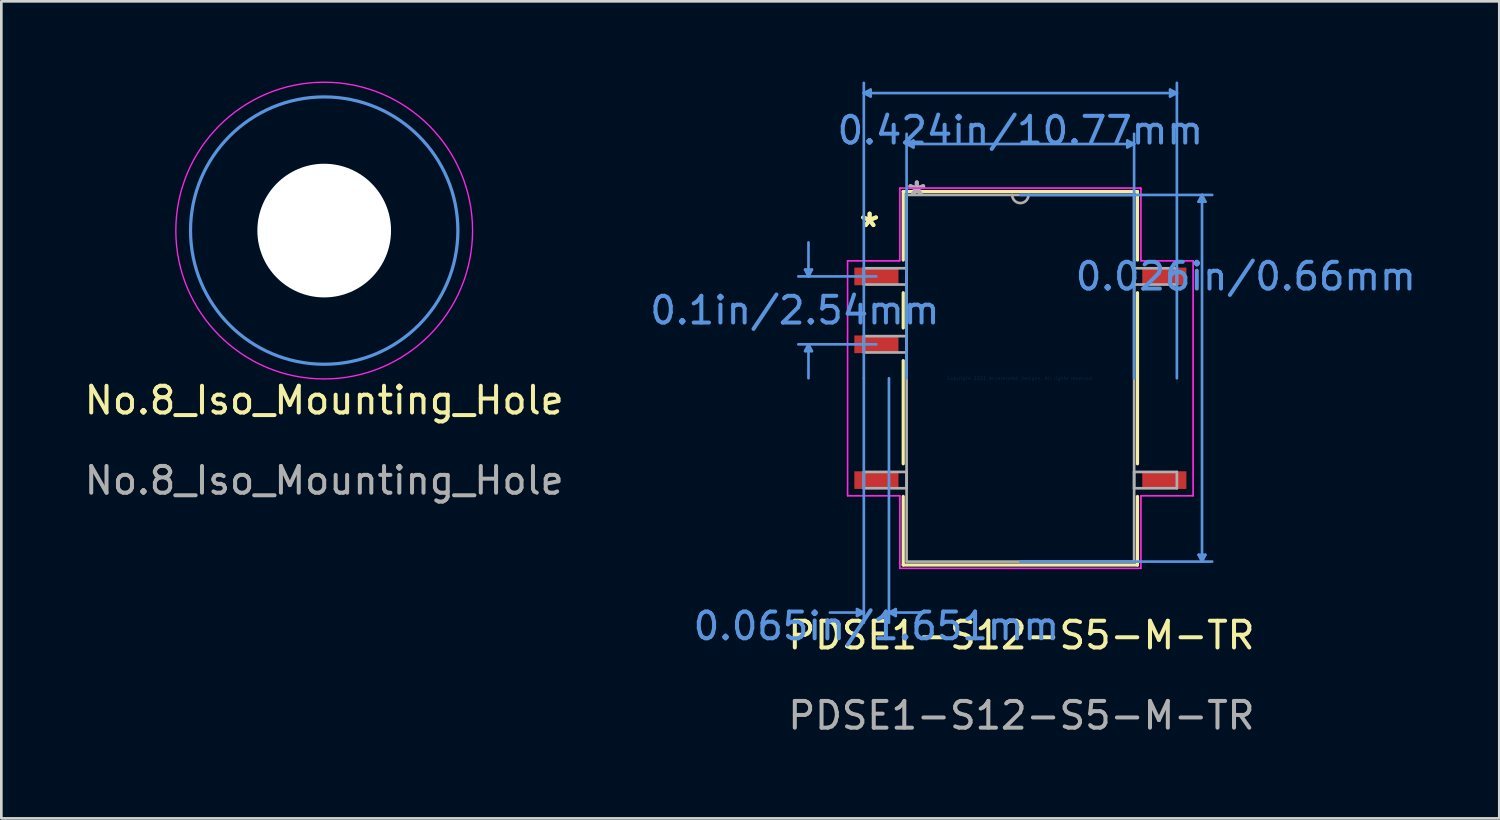
<source format=kicad_pcb>
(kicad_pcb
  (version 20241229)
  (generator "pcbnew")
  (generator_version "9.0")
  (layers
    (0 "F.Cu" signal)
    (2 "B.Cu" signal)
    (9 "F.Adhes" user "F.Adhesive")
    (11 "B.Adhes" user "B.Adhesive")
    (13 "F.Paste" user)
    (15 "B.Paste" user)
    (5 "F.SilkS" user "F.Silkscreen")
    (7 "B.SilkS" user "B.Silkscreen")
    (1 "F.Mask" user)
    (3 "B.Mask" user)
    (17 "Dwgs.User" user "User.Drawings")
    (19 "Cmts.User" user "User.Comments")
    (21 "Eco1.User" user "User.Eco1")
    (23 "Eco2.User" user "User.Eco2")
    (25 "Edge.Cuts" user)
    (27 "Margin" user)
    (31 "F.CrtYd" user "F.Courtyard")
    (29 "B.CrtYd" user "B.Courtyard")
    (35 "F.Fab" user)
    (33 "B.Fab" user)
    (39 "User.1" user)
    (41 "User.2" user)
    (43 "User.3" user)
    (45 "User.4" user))
  (footprint "No.8_Iso_Mounting_Hole"
    (layer "F.Cu")
    (at 9.077 5.575)
    (property "Reference" "No.8_Iso_Mounting_Hole" (at 0 6.35 0) (unlocked yes) (layer "F.SilkS") (effects (font (size 1 1) (thickness 0.15))))
    (attr through_hole)
    (fp_circle (center 0 0) (end 5 0) (stroke (width 0.12) (type default)) (fill no) (layer "Cmts.User"))
    (fp_circle (center 0 0) (end 5.55 0) (stroke (width 0.05) (type solid)) (fill no) (layer "F.CrtYd"))
    (fp_text user "${REFERENCE}" (at 0 9.35 0) (unlocked yes) (layer "F.Fab") (effects (font (size 1 1) (thickness 0.15))))
    (pad "" np_thru_hole circle (at 0 0) (size 5 5) (drill 5) (layers "*.Cu" "*.Mask")))
  (footprint "PDSE1-S12-S5-M-TR"
    (layer "F.Cu")
    (at 35.117 11.084)
    (property "Reference" "PDSE1-S12-S5-M-TR" (at 0.04 9.63 0) (unlocked yes) (layer "F.SilkS") (effects (font (size 1 1) (thickness 0.15))))
    (attr smd)
    (fp_line (start -4.381 -6.97) (end -4.381 -4.406) (stroke (width 0.12) (type solid)) (layer "F.SilkS"))
    (fp_line (start -4.381 -3.184) (end -4.381 -1.866) (stroke (width 0.12) (type solid)) (layer "F.SilkS"))
    (fp_line (start -4.381 -0.644) (end -4.381 3.214) (stroke (width 0.12) (type solid)) (layer "F.SilkS"))
    (fp_line (start -4.381 4.436) (end -4.381 7) (stroke (width 0.12) (type solid)) (layer "F.SilkS"))
    (fp_line (start -4.381 7) (end 4.381 7) (stroke (width 0.12) (type solid)) (layer "F.SilkS"))
    (fp_line (start 4.381 -6.97) (end -4.381 -6.97) (stroke (width 0.12) (type solid)) (layer "F.SilkS"))
    (fp_line (start 4.381 -4.406) (end 4.381 -6.97) (stroke (width 0.12) (type solid)) (layer "F.SilkS"))
    (fp_line (start 4.381 3.214) (end 4.381 -3.184) (stroke (width 0.12) (type solid)) (layer "F.SilkS"))
    (fp_line (start 4.381 7) (end 4.381 4.436) (stroke (width 0.12) (type solid)) (layer "F.SilkS"))
    (fp_line (start -8.052 -4.049) (end -7.798 -4.049) (stroke (width 0.1) (type solid)) (layer "Cmts.User"))
    (fp_line (start -8.052 -1.001) (end -7.798 -1.001) (stroke (width 0.1) (type solid)) (layer "Cmts.User"))
    (fp_line (start -7.925 -3.795) (end -8.052 -4.049) (stroke (width 0.1) (type solid)) (layer "Cmts.User"))
    (fp_line (start -7.925 -3.795) (end -7.925 -5.065) (stroke (width 0.1) (type solid)) (layer "Cmts.User"))
    (fp_line (start -7.925 -3.795) (end -7.798 -4.049) (stroke (width 0.1) (type solid)) (layer "Cmts.User"))
    (fp_line (start -7.925 -1.255) (end -8.052 -1.001) (stroke (width 0.1) (type solid)) (layer "Cmts.User"))
    (fp_line (start -7.925 -1.255) (end -7.925 0.015) (stroke (width 0.1) (type solid)) (layer "Cmts.User"))
    (fp_line (start -7.925 -1.255) (end -7.798 -1.001) (stroke (width 0.1) (type solid)) (layer "Cmts.User"))
    (fp_line (start -6.109 8.651) (end -6.109 8.905) (stroke (width 0.1) (type solid)) (layer "Cmts.User"))
    (fp_line (start -5.855 -10.653) (end -5.601 -10.78) (stroke (width 0.1) (type solid)) (layer "Cmts.User"))
    (fp_line (start -5.855 -10.653) (end -5.601 -10.526) (stroke (width 0.1) (type solid)) (layer "Cmts.User"))
    (fp_line (start -5.855 -10.653) (end 5.855 -10.653) (stroke (width 0.1) (type solid)) (layer "Cmts.User"))
    (fp_line (start -5.855 0.015) (end -5.855 -11.034) (stroke (width 0.1) (type solid)) (layer "Cmts.User"))
    (fp_line (start -5.855 0.015) (end -5.855 9.159) (stroke (width 0.1) (type solid)) (layer "Cmts.User"))
    (fp_line (start -5.855 8.778) (end -7.125 8.778) (stroke (width 0.1) (type solid)) (layer "Cmts.User"))
    (fp_line (start -5.855 8.778) (end -6.109 8.651) (stroke (width 0.1) (type solid)) (layer "Cmts.User"))
    (fp_line (start -5.855 8.778) (end -6.109 8.905) (stroke (width 0.1) (type solid)) (layer "Cmts.User"))
    (fp_line (start -5.601 -10.78) (end -5.601 -10.526) (stroke (width 0.1) (type solid)) (layer "Cmts.User"))
    (fp_line (start -5.385 -3.795) (end -8.306 -3.795) (stroke (width 0.1) (type solid)) (layer "Cmts.User"))
    (fp_line (start -5.385 -1.255) (end -8.306 -1.255) (stroke (width 0.1) (type solid)) (layer "Cmts.User"))
    (fp_line (start -4.915 0.015) (end -4.915 9.159) (stroke (width 0.1) (type solid)) (layer "Cmts.User"))
    (fp_line (start -4.915 8.778) (end -4.661 8.651) (stroke (width 0.1) (type solid)) (layer "Cmts.User"))
    (fp_line (start -4.915 8.778) (end -4.661 8.905) (stroke (width 0.1) (type solid)) (layer "Cmts.User"))
    (fp_line (start -4.915 8.778) (end -3.645 8.778) (stroke (width 0.1) (type solid)) (layer "Cmts.User"))
    (fp_line (start -4.661 8.651) (end -4.661 8.905) (stroke (width 0.1) (type solid)) (layer "Cmts.User"))
    (fp_line (start -4.255 -8.748) (end -4 -8.875) (stroke (width 0.1) (type solid)) (layer "Cmts.User"))
    (fp_line (start -4.255 -8.748) (end -4 -8.621) (stroke (width 0.1) (type solid)) (layer "Cmts.User"))
    (fp_line (start -4.255 -8.748) (end 4.255 -8.748) (stroke (width 0.1) (type solid)) (layer "Cmts.User"))
    (fp_line (start -4.255 0.015) (end -4.255 -9.129) (stroke (width 0.1) (type solid)) (layer "Cmts.User"))
    (fp_line (start -4 -8.875) (end -4 -8.621) (stroke (width 0.1) (type solid)) (layer "Cmts.User"))
    (fp_line (start 0 -6.843) (end 7.176 -6.843) (stroke (width 0.1) (type solid)) (layer "Cmts.User"))
    (fp_line (start 0 6.873) (end 7.176 6.873) (stroke (width 0.1) (type solid)) (layer "Cmts.User"))
    (fp_line (start 4 -8.875) (end 4 -8.621) (stroke (width 0.1) (type solid)) (layer "Cmts.User"))
    (fp_line (start 4.255 -8.748) (end 4 -8.875) (stroke (width 0.1) (type solid)) (layer "Cmts.User"))
    (fp_line (start 4.255 -8.748) (end 4 -8.621) (stroke (width 0.1) (type solid)) (layer "Cmts.User"))
    (fp_line (start 4.255 0.015) (end 4.255 -9.129) (stroke (width 0.1) (type solid)) (layer "Cmts.User"))
    (fp_line (start 5.601 -10.78) (end 5.601 -10.526) (stroke (width 0.1) (type solid)) (layer "Cmts.User"))
    (fp_line (start 5.855 -10.653) (end 5.601 -10.78) (stroke (width 0.1) (type solid)) (layer "Cmts.User"))
    (fp_line (start 5.855 -10.653) (end 5.601 -10.526) (stroke (width 0.1) (type solid)) (layer "Cmts.User"))
    (fp_line (start 5.855 0.015) (end 5.855 -11.034) (stroke (width 0.1) (type solid)) (layer "Cmts.User"))
    (fp_line (start 6.668 -6.589) (end 6.921 -6.589) (stroke (width 0.1) (type solid)) (layer "Cmts.User"))
    (fp_line (start 6.668 6.619) (end 6.921 6.619) (stroke (width 0.1) (type solid)) (layer "Cmts.User"))
    (fp_line (start 6.795 -6.843) (end 6.668 -6.589) (stroke (width 0.1) (type solid)) (layer "Cmts.User"))
    (fp_line (start 6.795 -6.843) (end 6.795 6.873) (stroke (width 0.1) (type solid)) (layer "Cmts.User"))
    (fp_line (start 6.795 -6.843) (end 6.921 -6.589) (stroke (width 0.1) (type solid)) (layer "Cmts.User"))
    (fp_line (start 6.795 6.873) (end 6.668 6.619) (stroke (width 0.1) (type solid)) (layer "Cmts.User"))
    (fp_line (start 6.795 6.873) (end 6.921 6.619) (stroke (width 0.1) (type solid)) (layer "Cmts.User"))
    (fp_line (start -6.464 -4.379) (end -4.508 -4.379) (stroke (width 0.05) (type solid)) (layer "F.CrtYd"))
    (fp_line (start -6.464 -4.379) (end -4.508 -4.379) (stroke (width 0.05) (type solid)) (layer "F.CrtYd"))
    (fp_line (start -6.464 4.409) (end -6.464 -4.379) (stroke (width 0.05) (type solid)) (layer "F.CrtYd"))
    (fp_line (start -6.464 4.409) (end -6.464 -4.379) (stroke (width 0.05) (type solid)) (layer "F.CrtYd"))
    (fp_line (start -6.464 4.409) (end -4.508 4.409) (stroke (width 0.05) (type solid)) (layer "F.CrtYd"))
    (fp_line (start -4.508 -7.097) (end 4.508 -7.097) (stroke (width 0.05) (type solid)) (layer "F.CrtYd"))
    (fp_line (start -4.508 -7.097) (end 4.508 -7.097) (stroke (width 0.05) (type solid)) (layer "F.CrtYd"))
    (fp_line (start -4.508 -4.379) (end -4.508 -7.097) (stroke (width 0.05) (type solid)) (layer "F.CrtYd"))
    (fp_line (start -4.508 -4.379) (end -4.508 -7.097) (stroke (width 0.05) (type solid)) (layer "F.CrtYd"))
    (fp_line (start -4.508 4.409) (end -6.464 4.409) (stroke (width 0.05) (type solid)) (layer "F.CrtYd"))
    (fp_line (start -4.508 7.127) (end -4.508 4.409) (stroke (width 0.05) (type solid)) (layer "F.CrtYd"))
    (fp_line (start -4.508 7.127) (end -4.508 4.409) (stroke (width 0.05) (type solid)) (layer "F.CrtYd"))
    (fp_line (start 4.508 -7.097) (end 4.508 -4.379) (stroke (width 0.05) (type solid)) (layer "F.CrtYd"))
    (fp_line (start 4.508 -7.097) (end 4.508 -4.379) (stroke (width 0.05) (type solid)) (layer "F.CrtYd"))
    (fp_line (start 4.508 -4.379) (end 6.464 -4.379) (stroke (width 0.05) (type solid)) (layer "F.CrtYd"))
    (fp_line (start 4.508 4.409) (end 4.508 7.127) (stroke (width 0.05) (type solid)) (layer "F.CrtYd"))
    (fp_line (start 4.508 4.409) (end 4.508 7.127) (stroke (width 0.05) (type solid)) (layer "F.CrtYd"))
    (fp_line (start 4.508 7.127) (end -4.508 7.127) (stroke (width 0.05) (type solid)) (layer "F.CrtYd"))
    (fp_line (start 4.508 7.127) (end -4.508 7.127) (stroke (width 0.05) (type solid)) (layer "F.CrtYd"))
    (fp_line (start 6.464 -4.379) (end 4.508 -4.379) (stroke (width 0.05) (type solid)) (layer "F.CrtYd"))
    (fp_line (start 6.464 -4.379) (end 6.464 4.409) (stroke (width 0.05) (type solid)) (layer "F.CrtYd"))
    (fp_line (start 6.464 -4.379) (end 6.464 4.409) (stroke (width 0.05) (type solid)) (layer "F.CrtYd"))
    (fp_line (start 6.464 4.409) (end 4.508 4.409) (stroke (width 0.05) (type solid)) (layer "F.CrtYd"))
    (fp_line (start 6.464 4.409) (end 4.508 4.409) (stroke (width 0.05) (type solid)) (layer "F.CrtYd"))
    (fp_line (start -5.855 -4.1) (end -5.855 -3.49) (stroke (width 0.1) (type solid)) (layer "F.Fab"))
    (fp_line (start -5.855 -3.49) (end -4.255 -3.49) (stroke (width 0.1) (type solid)) (layer "F.Fab"))
    (fp_line (start -5.855 -1.56) (end -5.855 -0.95) (stroke (width 0.1) (type solid)) (layer "F.Fab"))
    (fp_line (start -5.855 -0.95) (end -4.255 -0.95) (stroke (width 0.1) (type solid)) (layer "F.Fab"))
    (fp_line (start -5.855 3.52) (end -5.855 4.13) (stroke (width 0.1) (type solid)) (layer "F.Fab"))
    (fp_line (start -5.855 4.13) (end -4.255 4.13) (stroke (width 0.1) (type solid)) (layer "F.Fab"))
    (fp_line (start -4.255 -6.843) (end -4.255 6.873) (stroke (width 0.1) (type solid)) (layer "F.Fab"))
    (fp_line (start -4.255 -4.1) (end -5.855 -4.1) (stroke (width 0.1) (type solid)) (layer "F.Fab"))
    (fp_line (start -4.255 -3.49) (end -4.255 -4.1) (stroke (width 0.1) (type solid)) (layer "F.Fab"))
    (fp_line (start -4.255 -1.56) (end -5.855 -1.56) (stroke (width 0.1) (type solid)) (layer "F.Fab"))
    (fp_line (start -4.255 -0.95) (end -4.255 -1.56) (stroke (width 0.1) (type solid)) (layer "F.Fab"))
    (fp_line (start -4.255 3.52) (end -5.855 3.52) (stroke (width 0.1) (type solid)) (layer "F.Fab"))
    (fp_line (start -4.255 4.13) (end -4.255 3.52) (stroke (width 0.1) (type solid)) (layer "F.Fab"))
    (fp_line (start -4.255 6.873) (end 4.255 6.873) (stroke (width 0.1) (type solid)) (layer "F.Fab"))
    (fp_line (start 4.255 -6.843) (end -4.255 -6.843) (stroke (width 0.1) (type solid)) (layer "F.Fab"))
    (fp_line (start 4.255 -4.1) (end 4.255 -3.49) (stroke (width 0.1) (type solid)) (layer "F.Fab"))
    (fp_line (start 4.255 -3.49) (end 5.855 -3.49) (stroke (width 0.1) (type solid)) (layer "F.Fab"))
    (fp_line (start 4.255 3.52) (end 4.255 4.13) (stroke (width 0.1) (type solid)) (layer "F.Fab"))
    (fp_line (start 4.255 4.13) (end 5.855 4.13) (stroke (width 0.1) (type solid)) (layer "F.Fab"))
    (fp_line (start 4.255 6.873) (end 4.255 -6.843) (stroke (width 0.1) (type solid)) (layer "F.Fab"))
    (fp_line (start 5.855 -4.1) (end 4.255 -4.1) (stroke (width 0.1) (type solid)) (layer "F.Fab"))
    (fp_line (start 5.855 -3.49) (end 5.855 -4.1) (stroke (width 0.1) (type solid)) (layer "F.Fab"))
    (fp_line (start 5.855 3.52) (end 4.255 3.52) (stroke (width 0.1) (type solid)) (layer "F.Fab"))
    (fp_line (start 5.855 4.13) (end 5.855 3.52) (stroke (width 0.1) (type solid)) (layer "F.Fab"))
    (fp_arc (start 0.3048 -6.843) (mid 0 -6.5382) (end -0.3048 -6.843) (stroke (width 0.1) (type solid)) (layer "F.Fab"))
    (fp_text user "*" (at -5.639 -5.598 0) (layer "F.SilkS") (effects (font (size 1 1) (thickness 0.15))))
    (fp_text user "*" (at -5.639 -5.598 0) (layer "F.SilkS") (effects (font (size 1 1) (thickness 0.15))))
    (fp_text user "0.026in/0.66mm" (at 8.433 -3.795 0) (layer "Cmts.User") (effects (font (size 1 1) (thickness 0.15))))
    (fp_text user "0.065in/1.651mm" (at -5.385 9.286 0) (layer "Cmts.User") (effects (font (size 1 1) (thickness 0.15))))
    (fp_text user "0.1in/2.54mm" (at -8.433 -2.525 0) (layer "Cmts.User") (effects (font (size 1 1) (thickness 0.15))))
    (fp_text user "0.424in/10.77mm" (at 0 -9.256 0) (layer "Cmts.User") (effects (font (size 1 1) (thickness 0.15))))
    (fp_text user "Copyright 2021 Accelerated Designs. All rights reserved." (at 0 0.015 0) (layer "Cmts.User") (effects (font (size 0.127 0.127) (thickness 0.002))))
    (fp_text user "*" (at -3.873 -6.767 0) (layer "F.Fab") (effects (font (size 1 1) (thickness 0.15))))
    (fp_text user "*" (at -3.873 -6.767 0) (layer "F.Fab") (effects (font (size 1 1) (thickness 0.15))))
    (fp_text user "${REFERENCE}" (at 0.04 12.63 0) (unlocked yes) (layer "F.Fab") (effects (font (size 1 1) (thickness 0.15))))
    (pad "1" smd rect (at -5.385 -3.795) (size 1.651 0.66) (layers "F.Cu" "F.Mask" "F.Paste"))
    (pad "2" smd rect (at -5.385 -1.255) (size 1.651 0.66) (layers "F.Cu" "F.Mask" "F.Paste"))
    (pad "4" smd rect (at -5.385 3.825) (size 1.651 0.66) (layers "F.Cu" "F.Mask" "F.Paste"))
    (pad "5" smd rect (at 5.385 3.825) (size 1.651 0.66) (layers "F.Cu" "F.Mask" "F.Paste"))
    (pad "8" smd rect (at 5.385 -3.795) (size 1.651 0.66) (layers "F.Cu" "F.Mask" "F.Paste")))
  (gr_rect
    (start -3 -3)
    (end 53.032 27.562)
    (stroke (width 0.1) (type default))
    (fill no)
    (layer "Edge.Cuts")))
</source>
